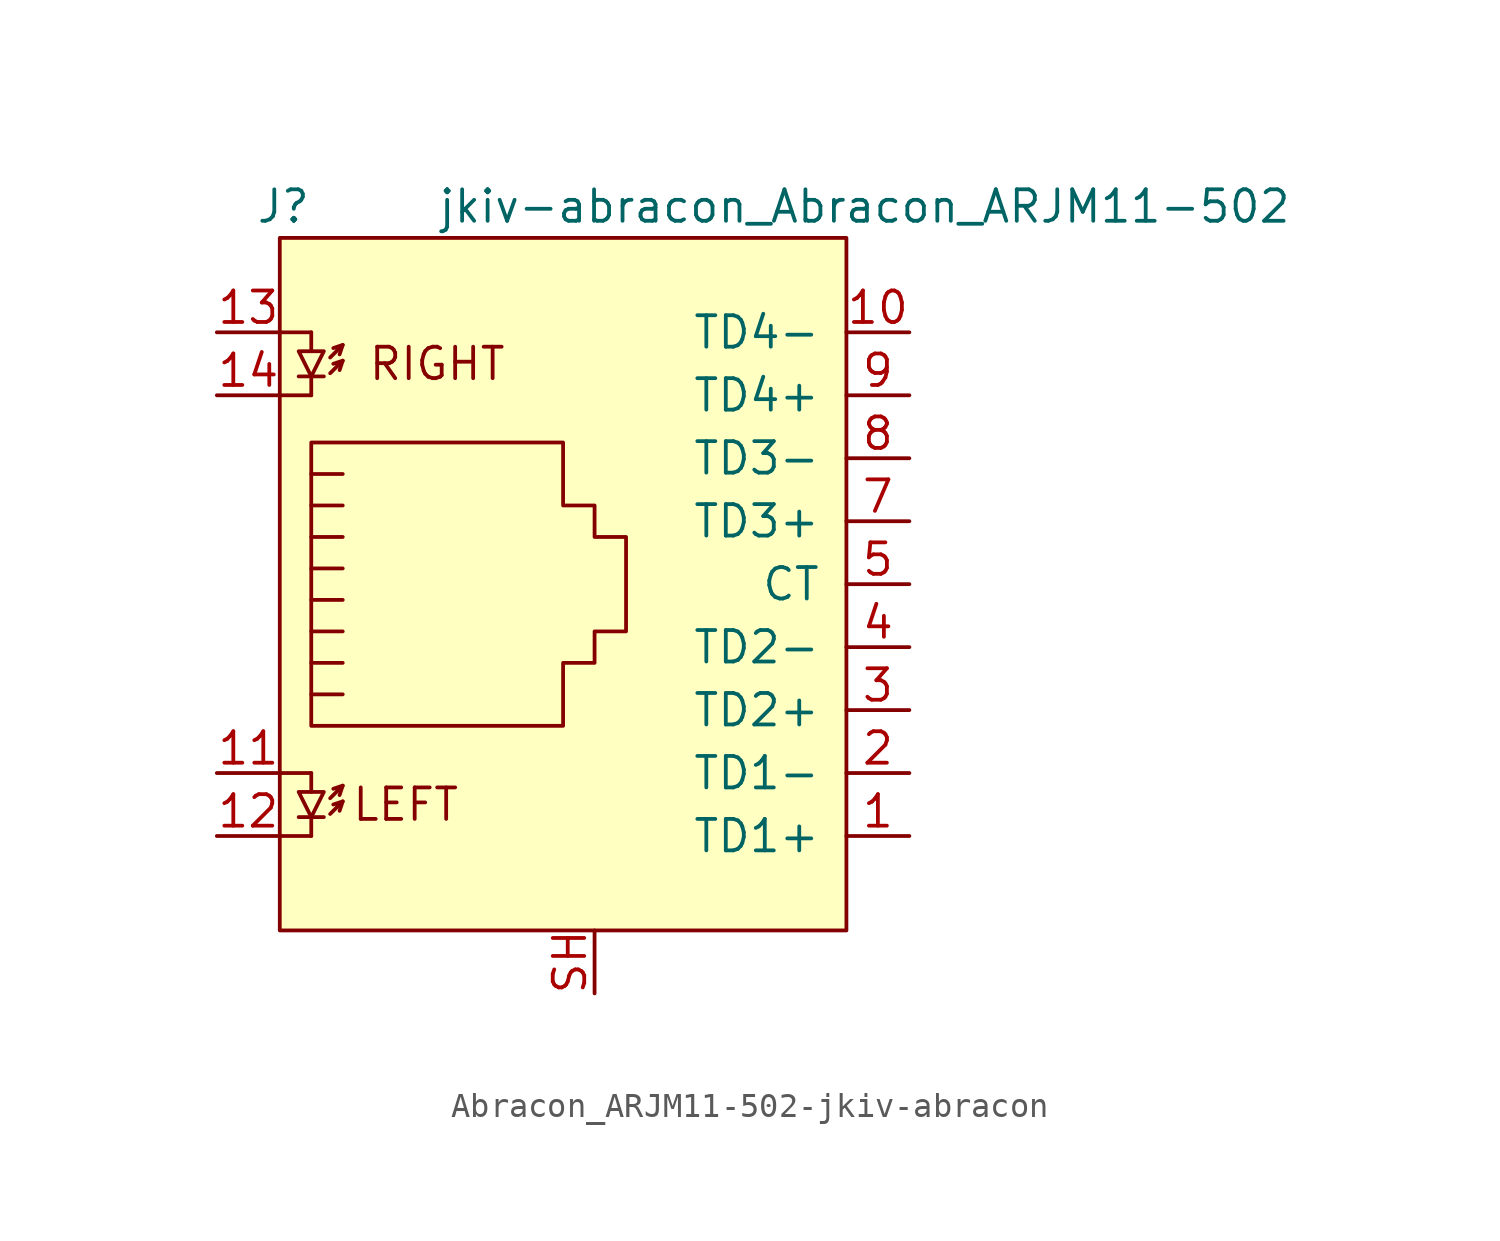
<source format=kicad_sym>
(kicad_symbol_lib
  (version 20220914)
  (generator kicad_symbol_editor)
  (symbol "Abracon_ARJM11-502-jkiv-abracon"
    (pin_names
      (offset 1.016))
    (property "Reference" "J"
      (at -11.43 15.24 0)
      (effects (font (size 1.27 1.27)) (justify right)))
    (property "Value" "jkiv-abracon_Abracon_ARJM11-502"
      (at -6.35 15.24 0)
      (effects (font (size 1.27 1.27)) (justify left)))
    (symbol "Abracon_ARJM11-502-jkiv-abracon_0_0"
      (text "LEFT" (at -7.62 -8.89 0) (effects (font (size 1.27 1.27))))
      (text "RIGHT" (at -6.35 8.89 0) (effects (font (size 1.27 1.27)))))
    (symbol "Abracon_ARJM11-502-jkiv-abracon_0_1"
      (rectangle (start -12.7 13.97) (end 10.16 -13.97) (stroke (width 0) (type solid)) (fill (type background)))
      (polyline (pts (xy -12.7 -10.16) (xy -11.43 -10.16)) (stroke (width 0) (type solid)) (fill (type none)))
      (polyline (pts (xy -12.7 7.62) (xy -11.43 7.62)) (stroke (width 0) (type solid)) (fill (type none)))
      (polyline (pts (xy -11.43 -10.16) (xy -11.43 -9.398)) (stroke (width 0) (type solid)) (fill (type none)))
      (polyline (pts (xy -11.43 -7.62) (xy -12.7 -7.62)) (stroke (width 0) (type solid)) (fill (type none)))
      (polyline (pts (xy -11.43 -7.62) (xy -11.43 -8.382)) (stroke (width 0) (type solid)) (fill (type none)))
      (polyline (pts (xy -11.43 7.62) (xy -11.43 8.382)) (stroke (width 0) (type solid)) (fill (type none)))
      (polyline (pts (xy -11.43 10.16) (xy -12.7 10.16)) (stroke (width 0) (type solid)) (fill (type none)))
      (polyline (pts (xy -11.43 10.16) (xy -11.43 9.398)) (stroke (width 0) (type solid)) (fill (type none)))
      (polyline (pts (xy -10.922 -9.398) (xy -11.938 -9.398)) (stroke (width 0) (type solid)) (fill (type none)))
      (polyline (pts (xy -10.922 8.382) (xy -11.938 8.382)) (stroke (width 0) (type solid)) (fill (type none)))
      (polyline (pts (xy -10.16 -8.763) (xy -10.287 -9.144)) (stroke (width 0) (type solid)) (fill (type none)))
      (polyline (pts (xy -10.16 -8.128) (xy -10.287 -8.509)) (stroke (width 0) (type solid)) (fill (type none)))
      (polyline (pts (xy -10.16 3.175) (xy -11.43 3.175)) (stroke (width 0) (type solid)) (fill (type none)))
      (polyline (pts (xy -10.16 4.445) (xy -11.43 4.445)) (stroke (width 0) (type solid)) (fill (type none)))
      (polyline (pts (xy -10.16 9.017) (xy -10.287 8.636)) (stroke (width 0) (type solid)) (fill (type none)))
      (polyline (pts (xy -10.16 9.652) (xy -10.287 9.271)) (stroke (width 0) (type solid)) (fill (type none)))
      (polyline (pts (xy -11.43 -4.445) (xy -10.16 -4.445) (xy -10.16 -4.445)) (stroke (width 0) (type solid)) (fill (type none)))
      (polyline (pts (xy -11.43 -3.175) (xy -10.16 -3.175) (xy -10.16 -3.175)) (stroke (width 0) (type solid)) (fill (type none)))
      (polyline (pts (xy -11.43 -1.905) (xy -10.16 -1.905) (xy -10.16 -1.905)) (stroke (width 0) (type solid)) (fill (type none)))
      (polyline (pts (xy -11.43 -0.635) (xy -10.16 -0.635) (xy -10.16 -0.635)) (stroke (width 0) (type solid)) (fill (type none)))
      (polyline (pts (xy -11.43 0.635) (xy -10.16 0.635) (xy -10.16 0.635)) (stroke (width 0) (type solid)) (fill (type none)))
      (polyline (pts (xy -10.668 -9.271) (xy -10.16 -8.763) (xy -10.541 -8.89)) (stroke (width 0) (type solid)) (fill (type none)))
      (polyline (pts (xy -10.668 -8.636) (xy -10.16 -8.128) (xy -10.541 -8.255)) (stroke (width 0) (type solid)) (fill (type none)))
      (polyline (pts (xy -10.668 8.509) (xy -10.16 9.017) (xy -10.541 8.89)) (stroke (width 0) (type solid)) (fill (type none)))
      (polyline (pts (xy -10.668 9.144) (xy -10.16 9.652) (xy -10.541 9.525)) (stroke (width 0) (type solid)) (fill (type none)))
      (polyline (pts (xy -10.16 1.905) (xy -11.43 1.905) (xy -11.43 1.905)) (stroke (width 0) (type solid)) (fill (type none)))
      (polyline (pts (xy -11.43 -9.398) (xy -10.922 -8.382) (xy -11.938 -8.382) (xy -11.43 -9.398)) (stroke (width 0) (type solid)) (fill (type none)))
      (polyline (pts (xy -11.43 8.382) (xy -10.922 9.398) (xy -11.938 9.398) (xy -11.43 8.382)) (stroke (width 0) (type solid)) (fill (type none)))
      (polyline (pts (xy -11.43 -5.715) (xy -11.43 5.715) (xy -1.27 5.715) (xy -1.27 3.175) (xy 0 3.175) (xy 0 1.905) (xy 1.27 1.905) (xy 1.27 -1.905) (xy 0 -1.905) (xy 0 -3.175) (xy -1.27 -3.175) (xy -1.27 -5.715) (xy -11.43 -5.715) (xy -11.43 -5.715)) (stroke (width 0) (type solid)) (fill (type none))))
    (symbol "Abracon_ARJM11-502-jkiv-abracon_1_1"
      (pin passive line (at 12.7 -10.16 180) (length 2.54) (name "TD1+" (effects (font (size 1.27 1.27)))) (number "1" (effects (font (size 1.27 1.27)))))
      (pin passive line (at 12.7 10.16 180) (length 2.54) (name "TD4-" (effects (font (size 1.27 1.27)))) (number "10" (effects (font (size 1.27 1.27)))))
      (pin passive line (at -15.24 -7.62 0) (length 2.54) (name "~" (effects (font (size 1.27 1.27)))) (number "11" (effects (font (size 1.27 1.27)))))
      (pin passive line (at -15.24 -10.16 0) (length 2.54) (name "~" (effects (font (size 1.27 1.27)))) (number "12" (effects (font (size 1.27 1.27)))))
      (pin passive line (at -15.24 10.16 0) (length 2.54) (name "~" (effects (font (size 1.27 1.27)))) (number "13" (effects (font (size 1.27 1.27)))))
      (pin passive line (at -15.24 7.62 0) (length 2.54) (name "~" (effects (font (size 1.27 1.27)))) (number "14" (effects (font (size 1.27 1.27)))))
      (pin passive line (at 12.7 -7.62 180) (length 2.54) (name "TD1-" (effects (font (size 1.27 1.27)))) (number "2" (effects (font (size 1.27 1.27)))))
      (pin passive line (at 12.7 -5.08 180) (length 2.54) (name "TD2+" (effects (font (size 1.27 1.27)))) (number "3" (effects (font (size 1.27 1.27)))))
      (pin passive line (at 12.7 -2.54 180) (length 2.54) (name "TD2-" (effects (font (size 1.27 1.27)))) (number "4" (effects (font (size 1.27 1.27)))))
      (pin passive line (at 12.7 0 180) (length 2.54) (name "CT" (effects (font (size 1.27 1.27)))) (number "5" (effects (font (size 1.27 1.27)))))
      (pin passive line (at 12.7 0 180) (length 2.54) hide (name "CT" (effects (font (size 1.27 1.27)))) (number "6" (effects (font (size 1.27 1.27)))))
      (pin passive line (at 12.7 2.54 180) (length 2.54) (name "TD3+" (effects (font (size 1.27 1.27)))) (number "7" (effects (font (size 1.27 1.27)))))
      (pin passive line (at 12.7 5.08 180) (length 2.54) (name "TD3-" (effects (font (size 1.27 1.27)))) (number "8" (effects (font (size 1.27 1.27)))))
      (pin passive line (at 12.7 7.62 180) (length 2.54) (name "TD4+" (effects (font (size 1.27 1.27)))) (number "9" (effects (font (size 1.27 1.27)))))
      (pin passive line (at 0 -16.51 90) (length 2.54) (name "~" (effects (font (size 1.27 1.27)))) (number "SH" (effects (font (size 1.27 1.27))))))))
</source>
